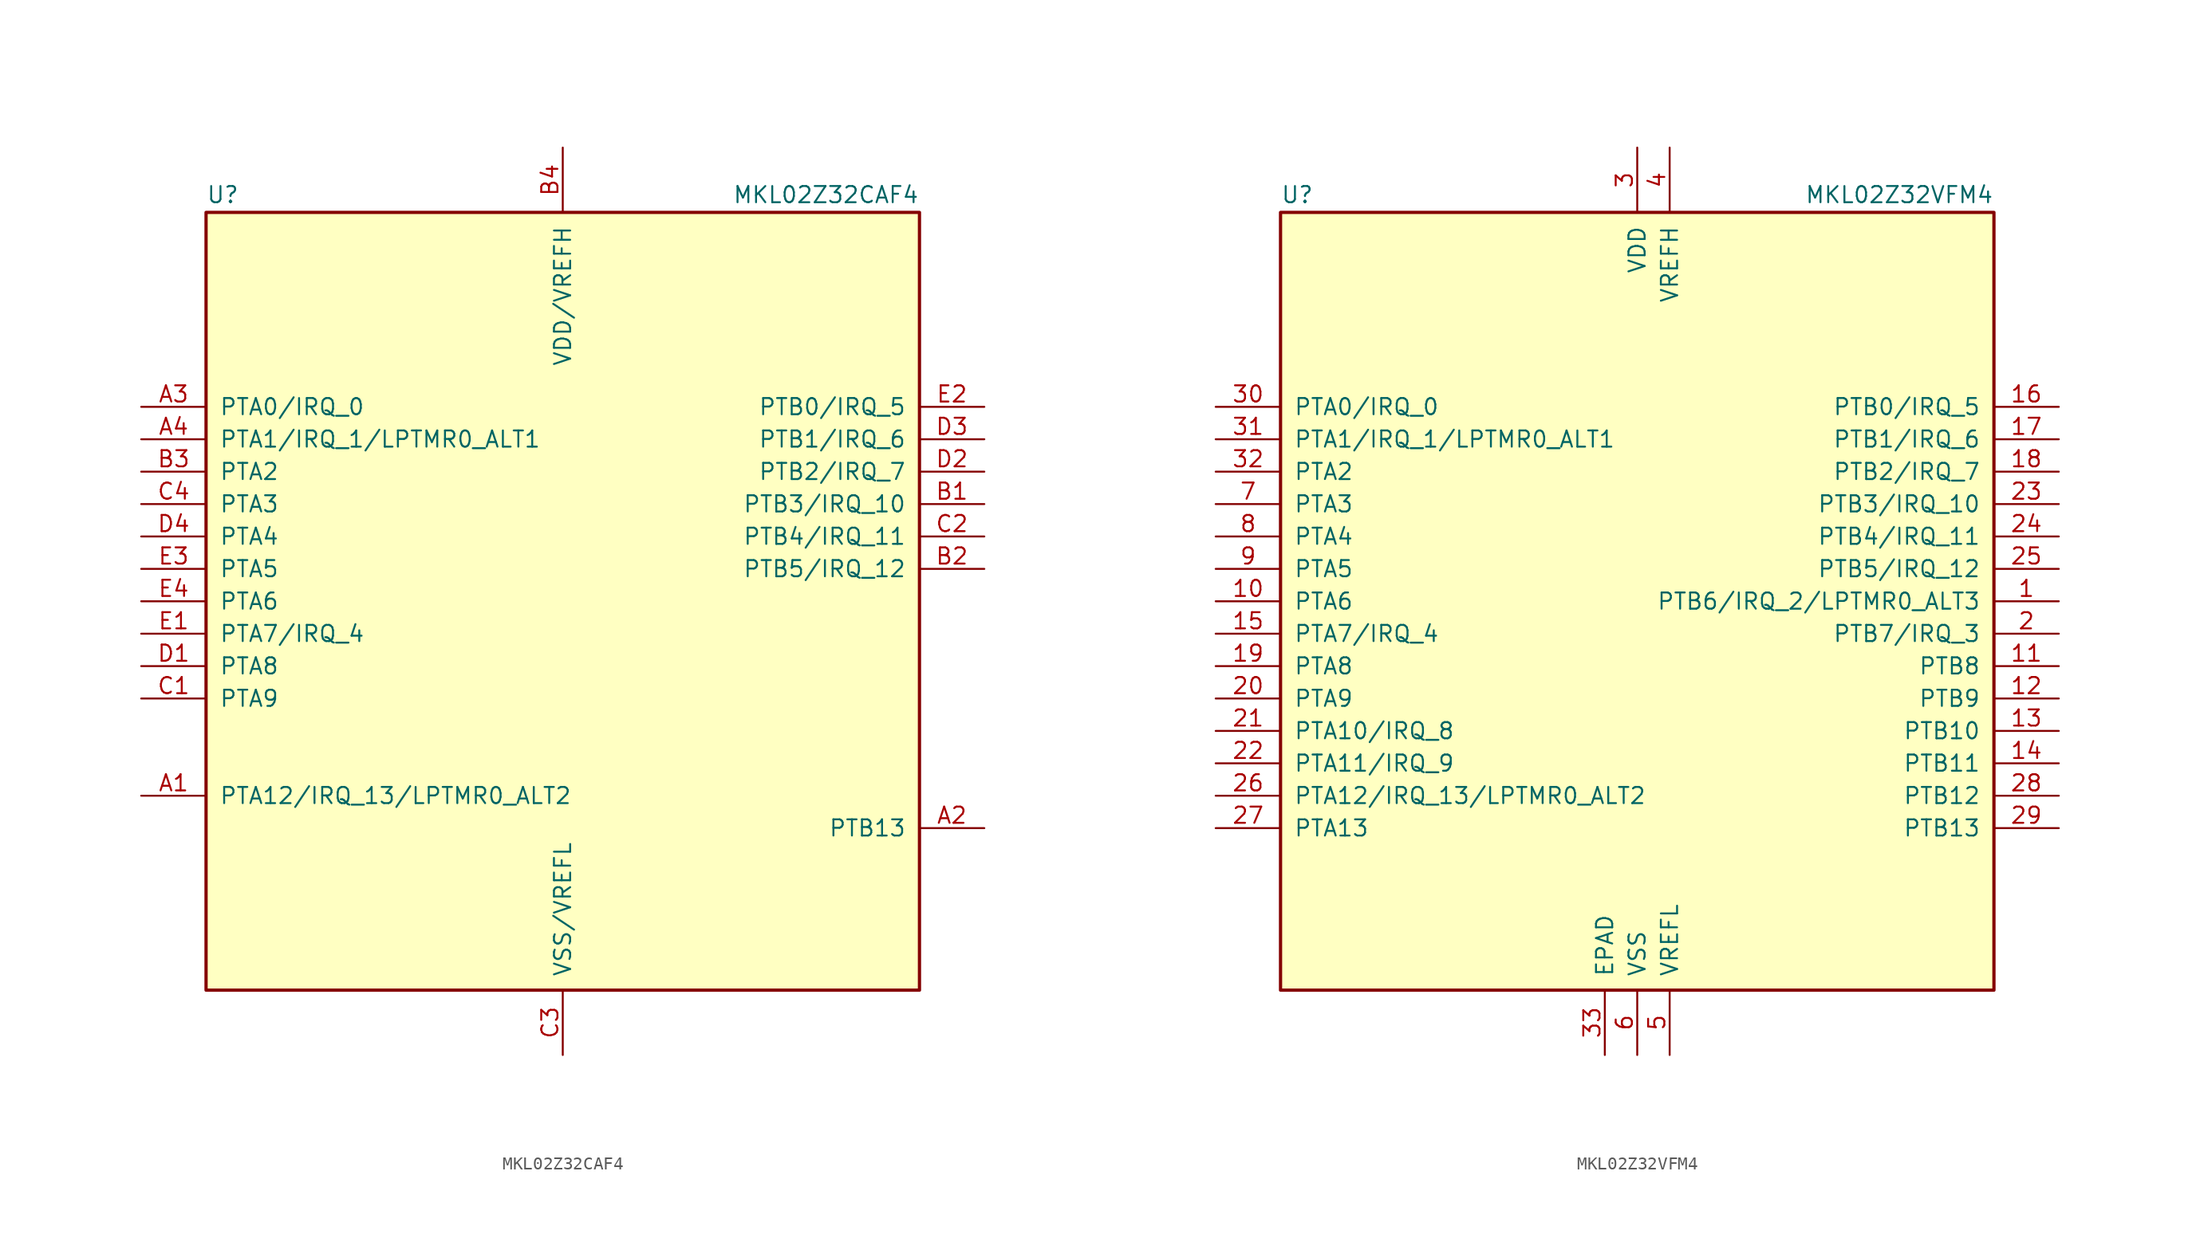
<source format=kicad_sym>
(kicad_symbol_lib
  (version 20231120)
  (generator "kicad_symbol_editor")
  (generator_version "8.0")
  (symbol "MKL02Z32CAF4"
    (pin_names
      (offset 1.016))
    (property "Reference" "U"
      (at -27.94 31.115 0)
      (effects (font (size 1.27 1.27)) (justify left bottom)))
    (property "Value" "MKL02Z32CAF4"
      (at 27.94 31.115 0)
      (effects (font (size 1.27 1.27)) (justify right bottom)))
    (symbol "MKL02Z32CAF4_0_1"
      (rectangle (start -27.94 30.48) (end 27.94 -30.48) (stroke (width 0.254) (type default)) (fill (type background))))
    (symbol "MKL02Z32CAF4_1_1"
      (pin bidirectional line (at -33.02 -15.24 0) (length 5.08) (name "PTA12/IRQ_13/LPTMR0_ALT2" (effects (font (size 1.27 1.27)))) (number "A1" (effects (font (size 1.27 1.27)))))
      (pin bidirectional line (at 33.02 -17.78 180) (length 5.08) (name "PTB13" (effects (font (size 1.27 1.27)))) (number "A2" (effects (font (size 1.27 1.27)))))
      (pin bidirectional line (at -33.02 15.24 0) (length 5.08) (name "PTA0/IRQ_0" (effects (font (size 1.27 1.27)))) (number "A3" (effects (font (size 1.27 1.27)))))
      (pin bidirectional line (at -33.02 12.7 0) (length 5.08) (name "PTA1/IRQ_1/LPTMR0_ALT1" (effects (font (size 1.27 1.27)))) (number "A4" (effects (font (size 1.27 1.27)))))
      (pin bidirectional line (at 33.02 7.62 180) (length 5.08) (name "PTB3/IRQ_10" (effects (font (size 1.27 1.27)))) (number "B1" (effects (font (size 1.27 1.27)))))
      (pin bidirectional line (at 33.02 2.54 180) (length 5.08) (name "PTB5/IRQ_12" (effects (font (size 1.27 1.27)))) (number "B2" (effects (font (size 1.27 1.27)))))
      (pin bidirectional line (at -33.02 10.16 0) (length 5.08) (name "PTA2" (effects (font (size 1.27 1.27)))) (number "B3" (effects (font (size 1.27 1.27)))))
      (pin power_in line (at 0 35.56 270) (length 5.08) (name "VDD/VREFH" (effects (font (size 1.27 1.27)))) (number "B4" (effects (font (size 1.27 1.27)))))
      (pin bidirectional line (at -33.02 -7.62 0) (length 5.08) (name "PTA9" (effects (font (size 1.27 1.27)))) (number "C1" (effects (font (size 1.27 1.27)))))
      (pin bidirectional line (at 33.02 5.08 180) (length 5.08) (name "PTB4/IRQ_11" (effects (font (size 1.27 1.27)))) (number "C2" (effects (font (size 1.27 1.27)))))
      (pin power_in line (at 0 -35.56 90) (length 5.08) (name "VSS/VREFL" (effects (font (size 1.27 1.27)))) (number "C3" (effects (font (size 1.27 1.27)))))
      (pin bidirectional line (at -33.02 7.62 0) (length 5.08) (name "PTA3" (effects (font (size 1.27 1.27)))) (number "C4" (effects (font (size 1.27 1.27)))))
      (pin bidirectional line (at -33.02 -5.08 0) (length 5.08) (name "PTA8" (effects (font (size 1.27 1.27)))) (number "D1" (effects (font (size 1.27 1.27)))))
      (pin bidirectional line (at 33.02 10.16 180) (length 5.08) (name "PTB2/IRQ_7" (effects (font (size 1.27 1.27)))) (number "D2" (effects (font (size 1.27 1.27)))))
      (pin bidirectional line (at 33.02 12.7 180) (length 5.08) (name "PTB1/IRQ_6" (effects (font (size 1.27 1.27)))) (number "D3" (effects (font (size 1.27 1.27)))))
      (pin bidirectional line (at -33.02 5.08 0) (length 5.08) (name "PTA4" (effects (font (size 1.27 1.27)))) (number "D4" (effects (font (size 1.27 1.27)))))
      (pin bidirectional line (at -33.02 -2.54 0) (length 5.08) (name "PTA7/IRQ_4" (effects (font (size 1.27 1.27)))) (number "E1" (effects (font (size 1.27 1.27)))))
      (pin bidirectional line (at 33.02 15.24 180) (length 5.08) (name "PTB0/IRQ_5" (effects (font (size 1.27 1.27)))) (number "E2" (effects (font (size 1.27 1.27)))))
      (pin bidirectional line (at -33.02 2.54 0) (length 5.08) (name "PTA5" (effects (font (size 1.27 1.27)))) (number "E3" (effects (font (size 1.27 1.27)))))
      (pin bidirectional line (at -33.02 0 0) (length 5.08) (name "PTA6" (effects (font (size 1.27 1.27)))) (number "E4" (effects (font (size 1.27 1.27)))))))
  (symbol "MKL02Z32VFM4"
    (pin_names
      (offset 1.016))
    (property "Reference" "U"
      (at -27.94 31.115 0)
      (effects (font (size 1.27 1.27)) (justify left bottom)))
    (property "Value" "MKL02Z32VFM4"
      (at 27.94 31.115 0)
      (effects (font (size 1.27 1.27)) (justify right bottom)))
    (symbol "MKL02Z32VFM4_0_1"
      (rectangle (start -27.94 30.48) (end 27.94 -30.48) (stroke (width 0.254) (type default)) (fill (type background))))
    (symbol "MKL02Z32VFM4_1_1"
      (pin bidirectional line (at 33.02 0 180) (length 5.08) (name "PTB6/IRQ_2/LPTMR0_ALT3" (effects (font (size 1.27 1.27)))) (number "1" (effects (font (size 1.27 1.27)))))
      (pin bidirectional line (at -33.02 0 0) (length 5.08) (name "PTA6" (effects (font (size 1.27 1.27)))) (number "10" (effects (font (size 1.27 1.27)))))
      (pin bidirectional line (at 33.02 -5.08 180) (length 5.08) (name "PTB8" (effects (font (size 1.27 1.27)))) (number "11" (effects (font (size 1.27 1.27)))))
      (pin bidirectional line (at 33.02 -7.62 180) (length 5.08) (name "PTB9" (effects (font (size 1.27 1.27)))) (number "12" (effects (font (size 1.27 1.27)))))
      (pin bidirectional line (at 33.02 -10.16 180) (length 5.08) (name "PTB10" (effects (font (size 1.27 1.27)))) (number "13" (effects (font (size 1.27 1.27)))))
      (pin bidirectional line (at 33.02 -12.7 180) (length 5.08) (name "PTB11" (effects (font (size 1.27 1.27)))) (number "14" (effects (font (size 1.27 1.27)))))
      (pin bidirectional line (at -33.02 -2.54 0) (length 5.08) (name "PTA7/IRQ_4" (effects (font (size 1.27 1.27)))) (number "15" (effects (font (size 1.27 1.27)))))
      (pin bidirectional line (at 33.02 15.24 180) (length 5.08) (name "PTB0/IRQ_5" (effects (font (size 1.27 1.27)))) (number "16" (effects (font (size 1.27 1.27)))))
      (pin bidirectional line (at 33.02 12.7 180) (length 5.08) (name "PTB1/IRQ_6" (effects (font (size 1.27 1.27)))) (number "17" (effects (font (size 1.27 1.27)))))
      (pin bidirectional line (at 33.02 10.16 180) (length 5.08) (name "PTB2/IRQ_7" (effects (font (size 1.27 1.27)))) (number "18" (effects (font (size 1.27 1.27)))))
      (pin bidirectional line (at -33.02 -5.08 0) (length 5.08) (name "PTA8" (effects (font (size 1.27 1.27)))) (number "19" (effects (font (size 1.27 1.27)))))
      (pin bidirectional line (at 33.02 -2.54 180) (length 5.08) (name "PTB7/IRQ_3" (effects (font (size 1.27 1.27)))) (number "2" (effects (font (size 1.27 1.27)))))
      (pin bidirectional line (at -33.02 -7.62 0) (length 5.08) (name "PTA9" (effects (font (size 1.27 1.27)))) (number "20" (effects (font (size 1.27 1.27)))))
      (pin bidirectional line (at -33.02 -10.16 0) (length 5.08) (name "PTA10/IRQ_8" (effects (font (size 1.27 1.27)))) (number "21" (effects (font (size 1.27 1.27)))))
      (pin bidirectional line (at -33.02 -12.7 0) (length 5.08) (name "PTA11/IRQ_9" (effects (font (size 1.27 1.27)))) (number "22" (effects (font (size 1.27 1.27)))))
      (pin bidirectional line (at 33.02 7.62 180) (length 5.08) (name "PTB3/IRQ_10" (effects (font (size 1.27 1.27)))) (number "23" (effects (font (size 1.27 1.27)))))
      (pin bidirectional line (at 33.02 5.08 180) (length 5.08) (name "PTB4/IRQ_11" (effects (font (size 1.27 1.27)))) (number "24" (effects (font (size 1.27 1.27)))))
      (pin bidirectional line (at 33.02 2.54 180) (length 5.08) (name "PTB5/IRQ_12" (effects (font (size 1.27 1.27)))) (number "25" (effects (font (size 1.27 1.27)))))
      (pin bidirectional line (at -33.02 -15.24 0) (length 5.08) (name "PTA12/IRQ_13/LPTMR0_ALT2" (effects (font (size 1.27 1.27)))) (number "26" (effects (font (size 1.27 1.27)))))
      (pin bidirectional line (at -33.02 -17.78 0) (length 5.08) (name "PTA13" (effects (font (size 1.27 1.27)))) (number "27" (effects (font (size 1.27 1.27)))))
      (pin bidirectional line (at 33.02 -15.24 180) (length 5.08) (name "PTB12" (effects (font (size 1.27 1.27)))) (number "28" (effects (font (size 1.27 1.27)))))
      (pin bidirectional line (at 33.02 -17.78 180) (length 5.08) (name "PTB13" (effects (font (size 1.27 1.27)))) (number "29" (effects (font (size 1.27 1.27)))))
      (pin power_in line (at 0 35.56 270) (length 5.08) (name "VDD" (effects (font (size 1.27 1.27)))) (number "3" (effects (font (size 1.27 1.27)))))
      (pin bidirectional line (at -33.02 15.24 0) (length 5.08) (name "PTA0/IRQ_0" (effects (font (size 1.27 1.27)))) (number "30" (effects (font (size 1.27 1.27)))))
      (pin bidirectional line (at -33.02 12.7 0) (length 5.08) (name "PTA1/IRQ_1/LPTMR0_ALT1" (effects (font (size 1.27 1.27)))) (number "31" (effects (font (size 1.27 1.27)))))
      (pin bidirectional line (at -33.02 10.16 0) (length 5.08) (name "PTA2" (effects (font (size 1.27 1.27)))) (number "32" (effects (font (size 1.27 1.27)))))
      (pin power_in line (at -2.54 -35.56 90) (length 5.08) (name "EPAD" (effects (font (size 1.27 1.27)))) (number "33" (effects (font (size 1.27 1.27)))))
      (pin power_in line (at 2.54 35.56 270) (length 5.08) (name "VREFH" (effects (font (size 1.27 1.27)))) (number "4" (effects (font (size 1.27 1.27)))))
      (pin power_in line (at 2.54 -35.56 90) (length 5.08) (name "VREFL" (effects (font (size 1.27 1.27)))) (number "5" (effects (font (size 1.27 1.27)))))
      (pin power_in line (at 0 -35.56 90) (length 5.08) (name "VSS" (effects (font (size 1.27 1.27)))) (number "6" (effects (font (size 1.27 1.27)))))
      (pin bidirectional line (at -33.02 7.62 0) (length 5.08) (name "PTA3" (effects (font (size 1.27 1.27)))) (number "7" (effects (font (size 1.27 1.27)))))
      (pin bidirectional line (at -33.02 5.08 0) (length 5.08) (name "PTA4" (effects (font (size 1.27 1.27)))) (number "8" (effects (font (size 1.27 1.27)))))
      (pin bidirectional line (at -33.02 2.54 0) (length 5.08) (name "PTA5" (effects (font (size 1.27 1.27)))) (number "9" (effects (font (size 1.27 1.27))))))))
</source>
